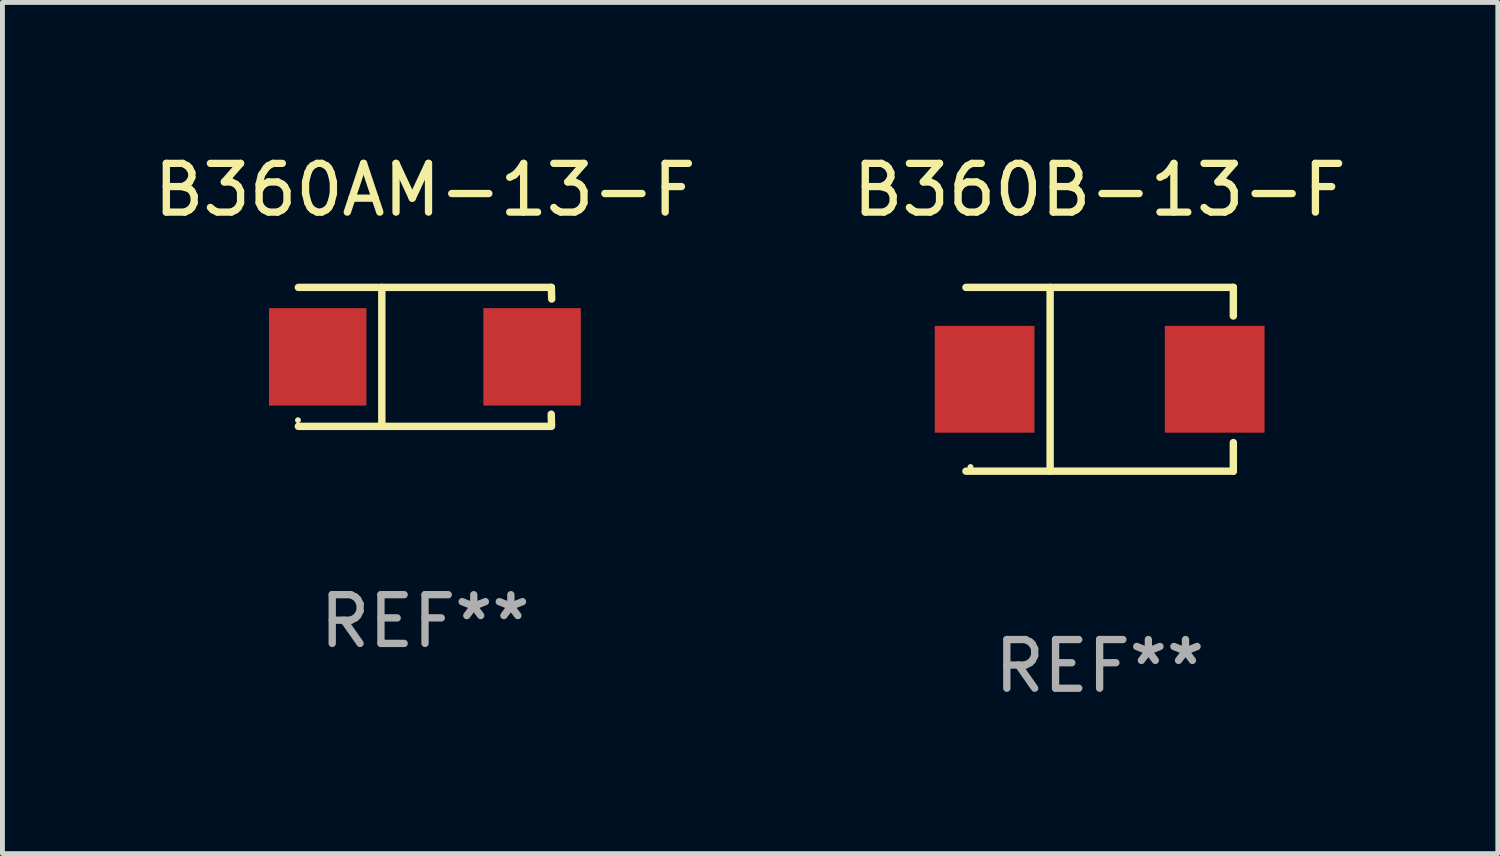
<source format=kicad_pcb>
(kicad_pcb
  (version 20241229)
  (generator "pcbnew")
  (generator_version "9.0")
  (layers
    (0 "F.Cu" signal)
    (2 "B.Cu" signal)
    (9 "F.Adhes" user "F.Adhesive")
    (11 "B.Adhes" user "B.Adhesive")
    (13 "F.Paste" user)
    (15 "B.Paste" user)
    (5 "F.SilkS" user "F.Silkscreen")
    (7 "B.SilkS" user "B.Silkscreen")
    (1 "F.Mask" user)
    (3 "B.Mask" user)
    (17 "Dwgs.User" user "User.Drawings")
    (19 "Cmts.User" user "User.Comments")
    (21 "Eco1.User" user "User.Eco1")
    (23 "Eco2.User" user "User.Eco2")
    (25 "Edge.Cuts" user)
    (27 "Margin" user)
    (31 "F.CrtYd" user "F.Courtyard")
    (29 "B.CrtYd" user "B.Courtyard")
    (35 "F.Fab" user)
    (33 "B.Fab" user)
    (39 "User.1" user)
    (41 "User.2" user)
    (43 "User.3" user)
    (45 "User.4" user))
  (footprint "B360B-13-F"
    (layer "F.Cu")
    (at 19.518 4.734)
    (property "Reference" "B360B-13-F" (at 0 -3.886 0) (layer "F.SilkS") (effects (font (size 1 1) (thickness 0.15))))
    (attr through_hole)
    (fp_line (start -2.744 -1.886) (end 2.744 -1.886) (stroke (width 0.152) (type solid)) (layer "F.SilkS"))
    (fp_line (start -2.744 1.886) (end 2.744 1.886) (stroke (width 0.152) (type solid)) (layer "F.SilkS"))
    (fp_line (start -1.016 -1.886) (end -1.016 1.886) (stroke (width 0.152) (type solid)) (layer "F.SilkS"))
    (fp_line (start 2.744 -1.886) (end 2.744 -1.299) (stroke (width 0.152) (type solid)) (layer "F.SilkS"))
    (fp_line (start 2.744 1.886) (end 2.744 1.299) (stroke (width 0.152) (type solid)) (layer "F.SilkS"))
    (fp_circle (center -2.65 1.8) (end -2.62 1.8) (stroke (width 0.06) (type solid)) (fill no) (layer "F.SilkS"))
    (fp_text user "REF**" (at 0 5.886 0) (layer "F.Fab") (effects (font (size 1 1) (thickness 0.15))))
    (pad "1" smd rect (at -2.361 0) (size 2.047 2.192) (layers "F.Cu" "F.Mask" "F.Paste"))
    (pad "2" smd rect (at 2.361 0) (size 2.047 2.192) (layers "F.Cu" "F.Mask" "F.Paste")))
  (footprint "B360AM-13-F"
    (layer "F.Cu")
    (at 5.673 4.274)
    (property "Reference" "B360AM-13-F" (at 0 -3.426 0) (layer "F.SilkS") (effects (font (size 1 1) (thickness 0.15))))
    (attr through_hole)
    (fp_line (start -2.6 -1.426) (end 2.593 -1.426) (stroke (width 0.152) (type solid)) (layer "F.SilkS"))
    (fp_line (start -2.6 1.426) (end 2.593 1.426) (stroke (width 0.152) (type solid)) (layer "F.SilkS"))
    (fp_line (start -0.887 -1.426) (end -0.887 1.426) (stroke (width 0.152) (type solid)) (layer "F.SilkS"))
    (fp_line (start 2.59 1.176) (end 2.597 1.415) (stroke (width 0.152) (type solid)) (layer "F.SilkS"))
    (fp_line (start 2.593 -1.426) (end 2.6 -1.187) (stroke (width 0.152) (type solid)) (layer "F.SilkS"))
    (fp_circle (center -2.608 1.3) (end -2.578 1.3) (stroke (width 0.06) (type solid)) (fill no) (layer "F.SilkS"))
    (fp_text user "REF**" (at 0 5.426 0) (layer "F.Fab") (effects (font (size 1 1) (thickness 0.15))))
    (pad "1" smd rect (at -2.203 0 180) (size 2 2) (layers "F.Cu" "F.Mask" "F.Paste"))
    (pad "2" smd rect (at 2.197 0 180) (size 2 2) (layers "F.Cu" "F.Mask" "F.Paste")))
  (gr_rect
    (start -3 -3)
    (end 27.69 14.469)
    (stroke (width 0.1) (type default))
    (fill no)
    (layer "Edge.Cuts")))
</source>
